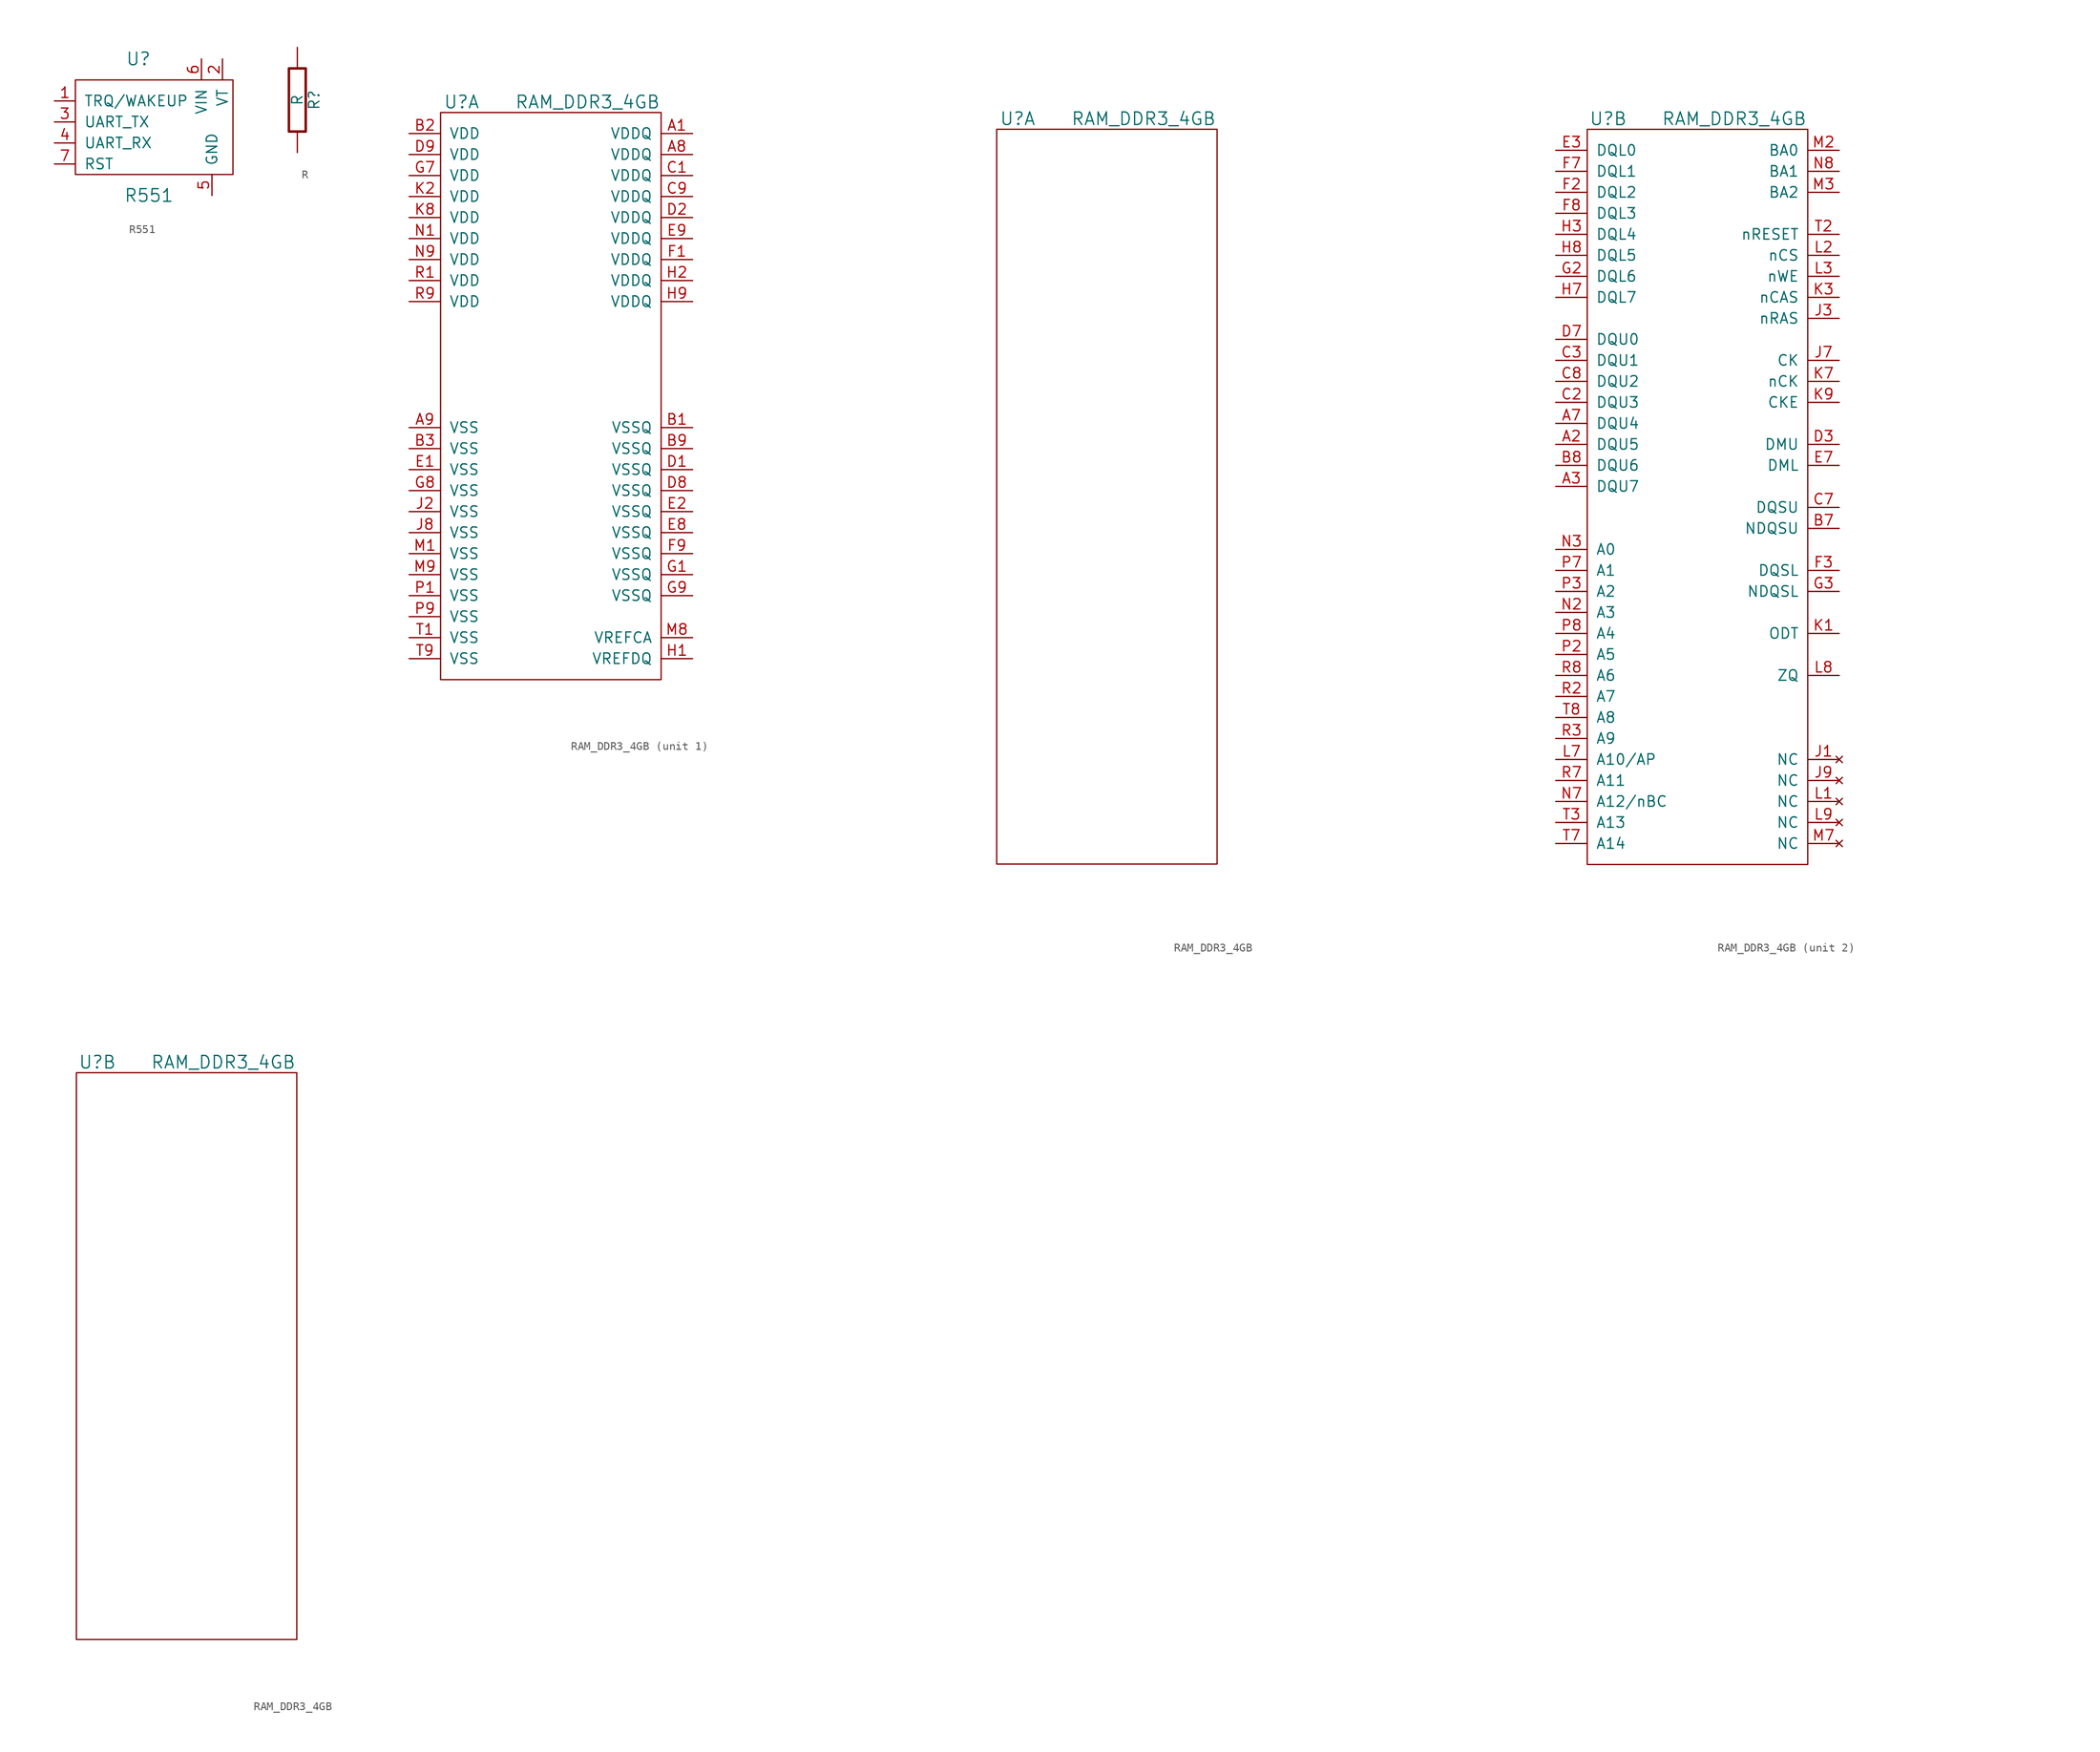
<source format=kicad_sym>
(kicad_symbol_lib
  (version 20210619)
  (generator kicad_symbol_editor)
  (symbol "tinkerforge:R551"
    (pin_names
      (offset 1.016))
    (property "Reference" "U"
      (at 0 16.51 0)
      (effects (font (size 1.524 1.524))))
    (property "Value" "R551"
      (at 1.27 0 0)
      (effects (font (size 1.524 1.524))))
    (property "Footprint" ""
      (at -7.62 0 0)
      (effects (font (size 1.524 1.524))))
    (property "Datasheet" ""
      (at -7.62 0 0)
      (effects (font (size 1.524 1.524))))
    (symbol "R551_0_1"
      (rectangle (start -7.62 13.97) (end 11.43 2.54) (stroke (width 0)) (fill (type none))))
    (symbol "R551_1_1"
      (pin input line (at -10.16 11.43 0) (length 2.54) (name "TRQ/WAKEUP" (effects (font (size 1.27 1.27)))) (number "1" (effects (font (size 1.27 1.27)))))
      (pin input line (at 10.16 16.51 270) (length 2.54) (name "VT" (effects (font (size 1.27 1.27)))) (number "2" (effects (font (size 1.27 1.27)))))
      (pin input line (at -10.16 8.89 0) (length 2.54) (name "UART_TX" (effects (font (size 1.27 1.27)))) (number "3" (effects (font (size 1.27 1.27)))))
      (pin input line (at -10.16 6.35 0) (length 2.54) (name "UART_RX" (effects (font (size 1.27 1.27)))) (number "4" (effects (font (size 1.27 1.27)))))
      (pin input line (at 8.89 0 90) (length 2.54) (name "GND" (effects (font (size 1.27 1.27)))) (number "5" (effects (font (size 1.27 1.27)))))
      (pin input line (at 7.62 16.51 270) (length 2.54) (name "VIN" (effects (font (size 1.27 1.27)))) (number "6" (effects (font (size 1.27 1.27)))))
      (pin input line (at -10.16 3.81 0) (length 2.54) (name "RST" (effects (font (size 1.27 1.27)))) (number "7" (effects (font (size 1.27 1.27)))))))
  (symbol "tinkerforge:R"
    (pin_numbers hide)
    (pin_names
      (offset 0))
    (property "Reference" "R"
      (at 2.032 0 90)
      (effects (font (size 1.27 1.27))))
    (property "Value" "R"
      (at 0 0 90)
      (effects (font (size 1.27 1.27))))
    (property "Footprint" ""
      (at 0 0 0)
      (effects (font (size 1.524 1.524))))
    (property "Datasheet" ""
      (at 0 0 0)
      (effects (font (size 1.524 1.524))))
    (symbol "R_0_1"
      (rectangle (start -1.016 3.81) (end 1.016 -3.81) (stroke (width 0.305)) (fill (type none))))
    (symbol "R_1_1"
      (pin passive line (at 0 6.35 270) (length 2.54) (name "~" (effects (font (size 1.524 1.524)))) (number "1" (effects (font (size 1.524 1.524)))))
      (pin passive line (at 0 -6.35 90) (length 2.54) (name "~" (effects (font (size 1.524 1.524)))) (number "2" (effects (font (size 1.524 1.524)))))))
  (symbol "tinkerforge:RAM_DDR3_4GB"
    (pin_names
      (offset 1.016))
    (property "Reference" "U"
      (at -11.43 1.27 0)
      (effects (font (size 1.524 1.524))))
    (property "Value" "RAM_DDR3_4GB"
      (at 3.81 1.27 0)
      (effects (font (size 1.524 1.524))))
    (property "Footprint" ""
      (at 38.1 -8.89 0)
      (effects (font (size 1.524 1.524))))
    (property "Datasheet" ""
      (at 38.1 -8.89 0)
      (effects (font (size 1.524 1.524))))
    (symbol "RAM_DDR3_4GB_1_1"
      (rectangle (start -13.97 0) (end 12.7 -68.58) (stroke (width 0)) (fill (type none)))
      (pin power_in line (at 16.51 -2.54 180) (length 3.81) (name "VDDQ" (effects (font (size 1.27 1.27)))) (number "A1" (effects (font (size 1.27 1.27)))))
      (pin power_in line (at 16.51 -5.08 180) (length 3.81) (name "VDDQ" (effects (font (size 1.27 1.27)))) (number "A8" (effects (font (size 1.27 1.27)))))
      (pin passive line (at -17.78 -38.1 0) (length 3.81) (name "VSS" (effects (font (size 1.27 1.27)))) (number "A9" (effects (font (size 1.27 1.27)))))
      (pin passive line (at 16.51 -38.1 180) (length 3.81) (name "VSSQ" (effects (font (size 1.27 1.27)))) (number "B1" (effects (font (size 1.27 1.27)))))
      (pin power_in line (at -17.78 -2.54 0) (length 3.81) (name "VDD" (effects (font (size 1.27 1.27)))) (number "B2" (effects (font (size 1.27 1.27)))))
      (pin passive line (at -17.78 -40.64 0) (length 3.81) (name "VSS" (effects (font (size 1.27 1.27)))) (number "B3" (effects (font (size 1.27 1.27)))))
      (pin passive line (at 16.51 -40.64 180) (length 3.81) (name "VSSQ" (effects (font (size 1.27 1.27)))) (number "B9" (effects (font (size 1.27 1.27)))))
      (pin power_in line (at 16.51 -7.62 180) (length 3.81) (name "VDDQ" (effects (font (size 1.27 1.27)))) (number "C1" (effects (font (size 1.27 1.27)))))
      (pin power_in line (at 16.51 -10.16 180) (length 3.81) (name "VDDQ" (effects (font (size 1.27 1.27)))) (number "C9" (effects (font (size 1.27 1.27)))))
      (pin passive line (at 16.51 -43.18 180) (length 3.81) (name "VSSQ" (effects (font (size 1.27 1.27)))) (number "D1" (effects (font (size 1.27 1.27)))))
      (pin power_in line (at 16.51 -12.7 180) (length 3.81) (name "VDDQ" (effects (font (size 1.27 1.27)))) (number "D2" (effects (font (size 1.27 1.27)))))
      (pin passive line (at 16.51 -45.72 180) (length 3.81) (name "VSSQ" (effects (font (size 1.27 1.27)))) (number "D8" (effects (font (size 1.27 1.27)))))
      (pin power_in line (at -17.78 -5.08 0) (length 3.81) (name "VDD" (effects (font (size 1.27 1.27)))) (number "D9" (effects (font (size 1.27 1.27)))))
      (pin passive line (at -17.78 -43.18 0) (length 3.81) (name "VSS" (effects (font (size 1.27 1.27)))) (number "E1" (effects (font (size 1.27 1.27)))))
      (pin passive line (at 16.51 -48.26 180) (length 3.81) (name "VSSQ" (effects (font (size 1.27 1.27)))) (number "E2" (effects (font (size 1.27 1.27)))))
      (pin power_out line (at 16.51 -50.8 180) (length 3.81) (name "VSSQ" (effects (font (size 1.27 1.27)))) (number "E8" (effects (font (size 1.27 1.27)))))
      (pin power_in line (at 16.51 -15.24 180) (length 3.81) (name "VDDQ" (effects (font (size 1.27 1.27)))) (number "E9" (effects (font (size 1.27 1.27)))))
      (pin power_in line (at 16.51 -17.78 180) (length 3.81) (name "VDDQ" (effects (font (size 1.27 1.27)))) (number "F1" (effects (font (size 1.27 1.27)))))
      (pin passive line (at 16.51 -53.34 180) (length 3.81) (name "VSSQ" (effects (font (size 1.27 1.27)))) (number "F9" (effects (font (size 1.27 1.27)))))
      (pin passive line (at 16.51 -55.88 180) (length 3.81) (name "VSSQ" (effects (font (size 1.27 1.27)))) (number "G1" (effects (font (size 1.27 1.27)))))
      (pin power_in line (at -17.78 -7.62 0) (length 3.81) (name "VDD" (effects (font (size 1.27 1.27)))) (number "G7" (effects (font (size 1.27 1.27)))))
      (pin passive line (at -17.78 -45.72 0) (length 3.81) (name "VSS" (effects (font (size 1.27 1.27)))) (number "G8" (effects (font (size 1.27 1.27)))))
      (pin passive line (at 16.51 -58.42 180) (length 3.81) (name "VSSQ" (effects (font (size 1.27 1.27)))) (number "G9" (effects (font (size 1.27 1.27)))))
      (pin passive line (at 16.51 -66.04 180) (length 3.81) (name "VREFDQ" (effects (font (size 1.27 1.27)))) (number "H1" (effects (font (size 1.27 1.27)))))
      (pin power_in line (at 16.51 -20.32 180) (length 3.81) (name "VDDQ" (effects (font (size 1.27 1.27)))) (number "H2" (effects (font (size 1.27 1.27)))))
      (pin power_in line (at 16.51 -22.86 180) (length 3.81) (name "VDDQ" (effects (font (size 1.27 1.27)))) (number "H9" (effects (font (size 1.27 1.27)))))
      (pin passive line (at -17.78 -48.26 0) (length 3.81) (name "VSS" (effects (font (size 1.27 1.27)))) (number "J2" (effects (font (size 1.27 1.27)))))
      (pin passive line (at -17.78 -50.8 0) (length 3.81) (name "VSS" (effects (font (size 1.27 1.27)))) (number "J8" (effects (font (size 1.27 1.27)))))
      (pin power_in line (at -17.78 -10.16 0) (length 3.81) (name "VDD" (effects (font (size 1.27 1.27)))) (number "K2" (effects (font (size 1.27 1.27)))))
      (pin power_in line (at -17.78 -12.7 0) (length 3.81) (name "VDD" (effects (font (size 1.27 1.27)))) (number "K8" (effects (font (size 1.27 1.27)))))
      (pin passive line (at -17.78 -53.34 0) (length 3.81) (name "VSS" (effects (font (size 1.27 1.27)))) (number "M1" (effects (font (size 1.27 1.27)))))
      (pin passive line (at 16.51 -63.5 180) (length 3.81) (name "VREFCA" (effects (font (size 1.27 1.27)))) (number "M8" (effects (font (size 1.27 1.27)))))
      (pin passive line (at -17.78 -55.88 0) (length 3.81) (name "VSS" (effects (font (size 1.27 1.27)))) (number "M9" (effects (font (size 1.27 1.27)))))
      (pin power_in line (at -17.78 -15.24 0) (length 3.81) (name "VDD" (effects (font (size 1.27 1.27)))) (number "N1" (effects (font (size 1.27 1.27)))))
      (pin power_in line (at -17.78 -17.78 0) (length 3.81) (name "VDD" (effects (font (size 1.27 1.27)))) (number "N9" (effects (font (size 1.27 1.27)))))
      (pin passive line (at -17.78 -58.42 0) (length 3.81) (name "VSS" (effects (font (size 1.27 1.27)))) (number "P1" (effects (font (size 1.27 1.27)))))
      (pin passive line (at -17.78 -60.96 0) (length 3.81) (name "VSS" (effects (font (size 1.27 1.27)))) (number "P9" (effects (font (size 1.27 1.27)))))
      (pin power_in line (at -17.78 -20.32 0) (length 3.81) (name "VDD" (effects (font (size 1.27 1.27)))) (number "R1" (effects (font (size 1.27 1.27)))))
      (pin power_in line (at -17.78 -22.86 0) (length 3.81) (name "VDD" (effects (font (size 1.27 1.27)))) (number "R9" (effects (font (size 1.27 1.27)))))
      (pin passive line (at -17.78 -63.5 0) (length 3.81) (name "VSS" (effects (font (size 1.27 1.27)))) (number "T1" (effects (font (size 1.27 1.27)))))
      (pin passive line (at -17.78 -66.04 0) (length 3.81) (name "VSS" (effects (font (size 1.27 1.27)))) (number "T9" (effects (font (size 1.27 1.27))))))
    (symbol "RAM_DDR3_4GB_1_2"
      (rectangle (start -13.97 0) (end 12.7 -88.9) (stroke (width 0)) (fill (type none))))
    (symbol "RAM_DDR3_4GB_2_1"
      (rectangle (start -13.97 0) (end 12.7 -88.9) (stroke (width 0)) (fill (type none)))
      (pin passive line (at -17.78 -38.1 0) (length 3.81) (name "DQU5" (effects (font (size 1.27 1.27)))) (number "A2" (effects (font (size 1.27 1.27)))))
      (pin passive line (at -17.78 -43.18 0) (length 3.81) (name "DQU7" (effects (font (size 1.27 1.27)))) (number "A3" (effects (font (size 1.27 1.27)))))
      (pin passive line (at -17.78 -35.56 0) (length 3.81) (name "DQU4" (effects (font (size 1.27 1.27)))) (number "A7" (effects (font (size 1.27 1.27)))))
      (pin passive line (at 16.51 -48.26 180) (length 3.81) (name "NDQSU" (effects (font (size 1.27 1.27)))) (number "B7" (effects (font (size 1.27 1.27)))))
      (pin passive line (at -17.78 -40.64 0) (length 3.81) (name "DQU6" (effects (font (size 1.27 1.27)))) (number "B8" (effects (font (size 1.27 1.27)))))
      (pin passive line (at -17.78 -33.02 0) (length 3.81) (name "DQU3" (effects (font (size 1.27 1.27)))) (number "C2" (effects (font (size 1.27 1.27)))))
      (pin passive line (at -17.78 -27.94 0) (length 3.81) (name "DQU1" (effects (font (size 1.27 1.27)))) (number "C3" (effects (font (size 1.27 1.27)))))
      (pin passive line (at 16.51 -45.72 180) (length 3.81) (name "DQSU" (effects (font (size 1.27 1.27)))) (number "C7" (effects (font (size 1.27 1.27)))))
      (pin passive line (at -17.78 -30.48 0) (length 3.81) (name "DQU2" (effects (font (size 1.27 1.27)))) (number "C8" (effects (font (size 1.27 1.27)))))
      (pin passive line (at 16.51 -38.1 180) (length 3.81) (name "DMU" (effects (font (size 1.27 1.27)))) (number "D3" (effects (font (size 1.27 1.27)))))
      (pin passive line (at -17.78 -25.4 0) (length 3.81) (name "DQU0" (effects (font (size 1.27 1.27)))) (number "D7" (effects (font (size 1.27 1.27)))))
      (pin passive line (at -17.78 -2.54 0) (length 3.81) (name "DQL0" (effects (font (size 1.27 1.27)))) (number "E3" (effects (font (size 1.27 1.27)))))
      (pin passive line (at 16.51 -40.64 180) (length 3.81) (name "DML" (effects (font (size 1.27 1.27)))) (number "E7" (effects (font (size 1.27 1.27)))))
      (pin passive line (at -17.78 -7.62 0) (length 3.81) (name "DQL2" (effects (font (size 1.27 1.27)))) (number "F2" (effects (font (size 1.27 1.27)))))
      (pin passive line (at 16.51 -53.34 180) (length 3.81) (name "DQSL" (effects (font (size 1.27 1.27)))) (number "F3" (effects (font (size 1.27 1.27)))))
      (pin passive line (at -17.78 -5.08 0) (length 3.81) (name "DQL1" (effects (font (size 1.27 1.27)))) (number "F7" (effects (font (size 1.27 1.27)))))
      (pin passive line (at -17.78 -10.16 0) (length 3.81) (name "DQL3" (effects (font (size 1.27 1.27)))) (number "F8" (effects (font (size 1.27 1.27)))))
      (pin passive line (at -17.78 -17.78 0) (length 3.81) (name "DQL6" (effects (font (size 1.27 1.27)))) (number "G2" (effects (font (size 1.27 1.27)))))
      (pin passive line (at 16.51 -55.88 180) (length 3.81) (name "NDQSL" (effects (font (size 1.27 1.27)))) (number "G3" (effects (font (size 1.27 1.27)))))
      (pin passive line (at -17.78 -12.7 0) (length 3.81) (name "DQL4" (effects (font (size 1.27 1.27)))) (number "H3" (effects (font (size 1.27 1.27)))))
      (pin passive line (at -17.78 -20.32 0) (length 3.81) (name "DQL7" (effects (font (size 1.27 1.27)))) (number "H7" (effects (font (size 1.27 1.27)))))
      (pin passive line (at -17.78 -15.24 0) (length 3.81) (name "DQL5" (effects (font (size 1.27 1.27)))) (number "H8" (effects (font (size 1.27 1.27)))))
      (pin no_connect line (at 16.51 -76.2 180) (length 3.81) (name "NC" (effects (font (size 1.27 1.27)))) (number "J1" (effects (font (size 1.27 1.27)))))
      (pin passive line (at 16.51 -22.86 180) (length 3.81) (name "nRAS" (effects (font (size 1.27 1.27)))) (number "J3" (effects (font (size 1.27 1.27)))))
      (pin passive line (at 16.51 -27.94 180) (length 3.81) (name "CK" (effects (font (size 1.27 1.27)))) (number "J7" (effects (font (size 1.27 1.27)))))
      (pin no_connect line (at 16.51 -78.74 180) (length 3.81) (name "NC" (effects (font (size 1.27 1.27)))) (number "J9" (effects (font (size 1.27 1.27)))))
      (pin passive line (at 16.51 -60.96 180) (length 3.81) (name "ODT" (effects (font (size 1.27 1.27)))) (number "K1" (effects (font (size 1.27 1.27)))))
      (pin passive line (at 16.51 -20.32 180) (length 3.81) (name "nCAS" (effects (font (size 1.27 1.27)))) (number "K3" (effects (font (size 1.27 1.27)))))
      (pin passive line (at 16.51 -30.48 180) (length 3.81) (name "nCK" (effects (font (size 1.27 1.27)))) (number "K7" (effects (font (size 1.27 1.27)))))
      (pin passive line (at 16.51 -33.02 180) (length 3.81) (name "CKE" (effects (font (size 1.27 1.27)))) (number "K9" (effects (font (size 1.27 1.27)))))
      (pin no_connect line (at 16.51 -81.28 180) (length 3.81) (name "NC" (effects (font (size 1.27 1.27)))) (number "L1" (effects (font (size 1.27 1.27)))))
      (pin passive line (at 16.51 -15.24 180) (length 3.81) (name "nCS" (effects (font (size 1.27 1.27)))) (number "L2" (effects (font (size 1.27 1.27)))))
      (pin passive line (at 16.51 -17.78 180) (length 3.81) (name "nWE" (effects (font (size 1.27 1.27)))) (number "L3" (effects (font (size 1.27 1.27)))))
      (pin passive line (at -17.78 -76.2 0) (length 3.81) (name "A10/AP" (effects (font (size 1.27 1.27)))) (number "L7" (effects (font (size 1.27 1.27)))))
      (pin passive line (at 16.51 -66.04 180) (length 3.81) (name "ZQ" (effects (font (size 1.27 1.27)))) (number "L8" (effects (font (size 1.27 1.27)))))
      (pin no_connect line (at 16.51 -83.82 180) (length 3.81) (name "NC" (effects (font (size 1.27 1.27)))) (number "L9" (effects (font (size 1.27 1.27)))))
      (pin passive line (at 16.51 -2.54 180) (length 3.81) (name "BA0" (effects (font (size 1.27 1.27)))) (number "M2" (effects (font (size 1.27 1.27)))))
      (pin passive line (at 16.51 -7.62 180) (length 3.81) (name "BA2" (effects (font (size 1.27 1.27)))) (number "M3" (effects (font (size 1.27 1.27)))))
      (pin no_connect line (at 16.51 -86.36 180) (length 3.81) (name "NC" (effects (font (size 1.27 1.27)))) (number "M7" (effects (font (size 1.27 1.27)))))
      (pin passive line (at -17.78 -58.42 0) (length 3.81) (name "A3" (effects (font (size 1.27 1.27)))) (number "N2" (effects (font (size 1.27 1.27)))))
      (pin passive line (at -17.78 -50.8 0) (length 3.81) (name "A0" (effects (font (size 1.27 1.27)))) (number "N3" (effects (font (size 1.27 1.27)))))
      (pin passive line (at -17.78 -81.28 0) (length 3.81) (name "A12/nBC" (effects (font (size 1.27 1.27)))) (number "N7" (effects (font (size 1.27 1.27)))))
      (pin passive line (at 16.51 -5.08 180) (length 3.81) (name "BA1" (effects (font (size 1.27 1.27)))) (number "N8" (effects (font (size 1.27 1.27)))))
      (pin passive line (at -17.78 -63.5 0) (length 3.81) (name "A5" (effects (font (size 1.27 1.27)))) (number "P2" (effects (font (size 1.27 1.27)))))
      (pin passive line (at -17.78 -55.88 0) (length 3.81) (name "A2" (effects (font (size 1.27 1.27)))) (number "P3" (effects (font (size 1.27 1.27)))))
      (pin passive line (at -17.78 -53.34 0) (length 3.81) (name "A1" (effects (font (size 1.27 1.27)))) (number "P7" (effects (font (size 1.27 1.27)))))
      (pin passive line (at -17.78 -60.96 0) (length 3.81) (name "A4" (effects (font (size 1.27 1.27)))) (number "P8" (effects (font (size 1.27 1.27)))))
      (pin passive line (at -17.78 -68.58 0) (length 3.81) (name "A7" (effects (font (size 1.27 1.27)))) (number "R2" (effects (font (size 1.27 1.27)))))
      (pin passive line (at -17.78 -73.66 0) (length 3.81) (name "A9" (effects (font (size 1.27 1.27)))) (number "R3" (effects (font (size 1.27 1.27)))))
      (pin passive line (at -17.78 -78.74 0) (length 3.81) (name "A11" (effects (font (size 1.27 1.27)))) (number "R7" (effects (font (size 1.27 1.27)))))
      (pin passive line (at -17.78 -66.04 0) (length 3.81) (name "A6" (effects (font (size 1.27 1.27)))) (number "R8" (effects (font (size 1.27 1.27)))))
      (pin passive line (at 16.51 -12.7 180) (length 3.81) (name "nRESET" (effects (font (size 1.27 1.27)))) (number "T2" (effects (font (size 1.27 1.27)))))
      (pin passive line (at -17.78 -83.82 0) (length 3.81) (name "A13" (effects (font (size 1.27 1.27)))) (number "T3" (effects (font (size 1.27 1.27)))))
      (pin passive line (at -17.78 -86.36 0) (length 3.81) (name "A14" (effects (font (size 1.27 1.27)))) (number "T7" (effects (font (size 1.27 1.27)))))
      (pin passive line (at -17.78 -71.12 0) (length 3.81) (name "A8" (effects (font (size 1.27 1.27)))) (number "T8" (effects (font (size 1.27 1.27))))))
    (symbol "RAM_DDR3_4GB_2_2"
      (rectangle (start -13.97 0) (end 12.7 -68.58) (stroke (width 0)) (fill (type none))))))
</source>
